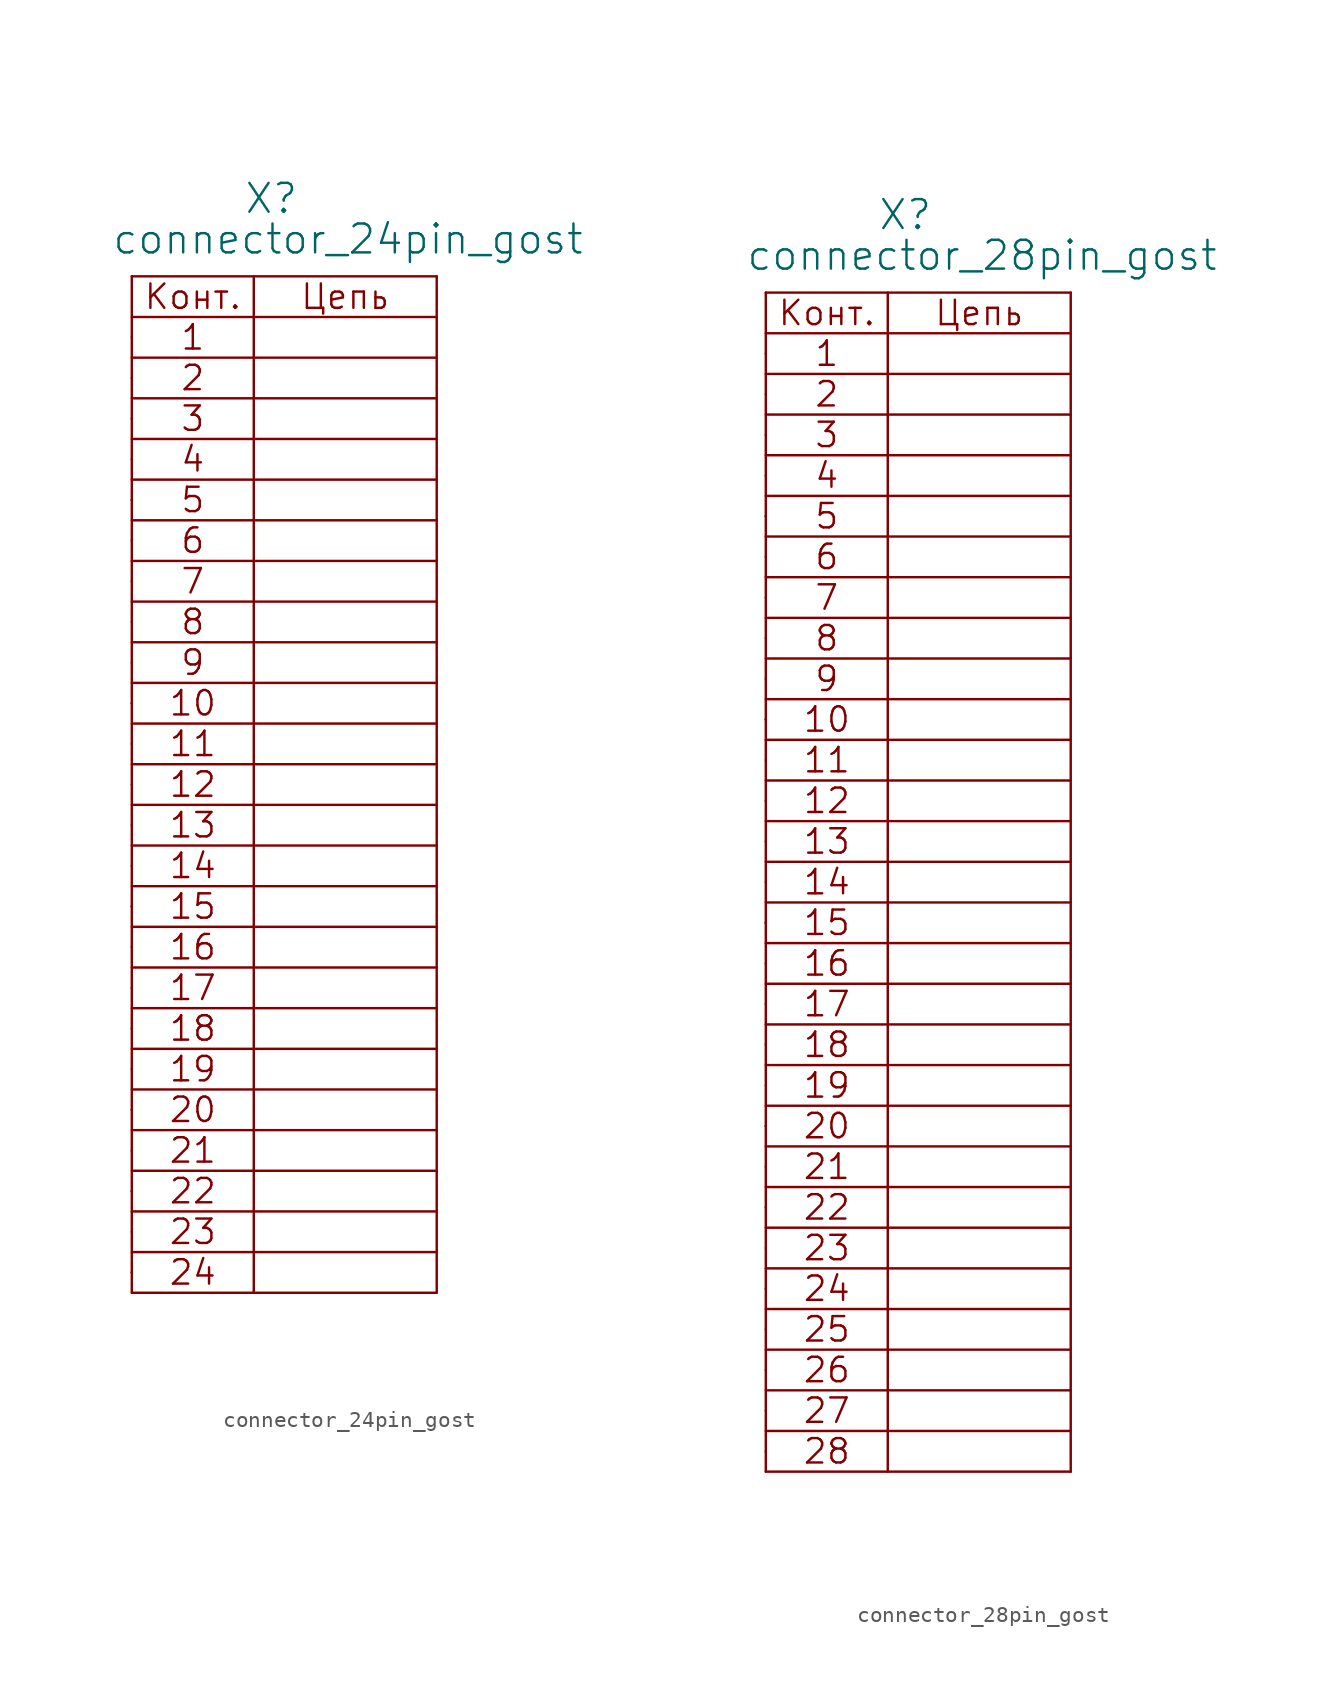
<source format=kicad_sym>
(kicad_symbol_lib
  (version 20211014)
  (generator kicad_symbol_editor)
  (symbol "connector_24pin_gost"
    (pin_numbers hide)
    (pin_names
      (offset 1.016) hide)
    (property "Reference" "X"
      (at 6.985 7.62 0)
      (effects (font (size 1.803 1.803)) (justify left bottom)))
    (property "Value" "connector_24pin_gost"
      (at -1.27 5.08 0)
      (effects (font (size 1.803 1.803)) (justify left bottom)))
    (property "Datasheet" ""
      (at 0 0 0)
      (effects (font (size 1.524 1.524))))
    (symbol "connector_24pin_gost_0_0"
      (polyline (pts (xy 0 -59.69) (xy 19.05 -59.69)) (stroke (width 0) (type default) (color 0 0 0 0)) (fill (type none)))
      (polyline (pts (xy 0 -58.42) (xy 0 -58.42)) (stroke (width 0) (type default) (color 0 0 0 0)) (fill (type none)))
      (polyline (pts (xy 0 -57.15) (xy 19.05 -57.15)) (stroke (width 0) (type default) (color 0 0 0 0)) (fill (type none)))
      (polyline (pts (xy 0 -54.61) (xy 19.05 -54.61)) (stroke (width 0) (type default) (color 0 0 0 0)) (fill (type none)))
      (polyline (pts (xy 0 -53.34) (xy 0 -53.34)) (stroke (width 0) (type default) (color 0 0 0 0)) (fill (type none)))
      (polyline (pts (xy 0 -52.07) (xy 19.05 -52.07)) (stroke (width 0) (type default) (color 0 0 0 0)) (fill (type none)))
      (polyline (pts (xy 0 -49.53) (xy 19.05 -49.53)) (stroke (width 0) (type default) (color 0 0 0 0)) (fill (type none)))
      (polyline (pts (xy 0 -48.26) (xy 0 -48.26)) (stroke (width 0) (type default) (color 0 0 0 0)) (fill (type none)))
      (polyline (pts (xy 0 -46.99) (xy 19.05 -46.99)) (stroke (width 0) (type default) (color 0 0 0 0)) (fill (type none)))
      (polyline (pts (xy 0 -44.45) (xy 19.05 -44.45)) (stroke (width 0) (type default) (color 0 0 0 0)) (fill (type none)))
      (polyline (pts (xy 0 -41.91) (xy 19.05 -41.91)) (stroke (width 0) (type default) (color 0 0 0 0)) (fill (type none)))
      (polyline (pts (xy 0 -36.83) (xy 19.05 -36.83)) (stroke (width 0) (type default) (color 0 0 0 0)) (fill (type none)))
      (polyline (pts (xy 0 -35.56) (xy 0 -35.56)) (stroke (width 0) (type default) (color 0 0 0 0)) (fill (type none)))
      (polyline (pts (xy 0 -34.29) (xy 19.05 -34.29)) (stroke (width 0) (type default) (color 0 0 0 0)) (fill (type none)))
      (polyline (pts (xy 0 -31.75) (xy 19.05 -31.75)) (stroke (width 0) (type default) (color 0 0 0 0)) (fill (type none)))
      (polyline (pts (xy 0 -29.21) (xy 19.05 -29.21)) (stroke (width 0) (type default) (color 0 0 0 0)) (fill (type none)))
      (polyline (pts (xy 0 -24.13) (xy 19.05 -24.13)) (stroke (width 0) (type default) (color 0 0 0 0)) (fill (type none)))
      (polyline (pts (xy 0 -22.86) (xy 0 -22.86)) (stroke (width 0) (type default) (color 0 0 0 0)) (fill (type none)))
      (polyline (pts (xy 0 -21.59) (xy 19.05 -21.59)) (stroke (width 0) (type default) (color 0 0 0 0)) (fill (type none)))
      (polyline (pts (xy 0 -19.05) (xy 19.05 -19.05)) (stroke (width 0) (type default) (color 0 0 0 0)) (fill (type none)))
      (polyline (pts (xy 0 -16.51) (xy 19.05 -16.51)) (stroke (width 0) (type default) (color 0 0 0 0)) (fill (type none)))
      (polyline (pts (xy 0 -11.43) (xy 19.05 -11.43)) (stroke (width 0) (type default) (color 0 0 0 0)) (fill (type none)))
      (polyline (pts (xy 0 -10.16) (xy 0 -10.16)) (stroke (width 0) (type default) (color 0 0 0 0)) (fill (type none)))
      (polyline (pts (xy 0 -8.89) (xy 19.05 -8.89)) (stroke (width 0) (type default) (color 0 0 0 0)) (fill (type none)))
      (polyline (pts (xy 0 -6.35) (xy 19.05 -6.35)) (stroke (width 0) (type default) (color 0 0 0 0)) (fill (type none)))
      (polyline (pts (xy 0 -3.81) (xy 19.05 -3.81)) (stroke (width 0) (type default) (color 0 0 0 0)) (fill (type none)))
      (polyline (pts (xy 0 1.27) (xy 19.05 1.27)) (stroke (width 0) (type default) (color 0 0 0 0)) (fill (type none)))
      (polyline (pts (xy 19.05 -39.37) (xy 0 -39.37)) (stroke (width 0) (type default) (color 0 0 0 0)) (fill (type none)))
      (polyline (pts (xy 19.05 -26.67) (xy 0 -26.67)) (stroke (width 0) (type default) (color 0 0 0 0)) (fill (type none)))
      (polyline (pts (xy 19.05 -13.97) (xy 0 -13.97)) (stroke (width 0) (type default) (color 0 0 0 0)) (fill (type none)))
      (polyline (pts (xy 19.05 -1.27) (xy 0 -1.27)) (stroke (width 0) (type default) (color 0 0 0 0)) (fill (type none)))
      (text "1" (at 3.81 0 0) (effects (font (size 1.524 1.524))))
      (text "10" (at 3.81 -22.86 0) (effects (font (size 1.524 1.524))))
      (text "11" (at 3.81 -25.4 0) (effects (font (size 1.524 1.524))))
      (text "12" (at 3.81 -27.94 0) (effects (font (size 1.524 1.524))))
      (text "13" (at 3.81 -30.48 0) (effects (font (size 1.524 1.524))))
      (text "14" (at 3.81 -33.02 0) (effects (font (size 1.524 1.524))))
      (text "15" (at 3.81 -35.56 0) (effects (font (size 1.524 1.524))))
      (text "16" (at 3.81 -38.1 0) (effects (font (size 1.524 1.524))))
      (text "17" (at 3.81 -40.64 0) (effects (font (size 1.524 1.524))))
      (text "18" (at 3.81 -43.18 0) (effects (font (size 1.524 1.524))))
      (text "19" (at 3.81 -45.72 0) (effects (font (size 1.524 1.524))))
      (text "2" (at 3.81 -2.54 0) (effects (font (size 1.524 1.524))))
      (text "20" (at 3.81 -48.26 0) (effects (font (size 1.524 1.524))))
      (text "21" (at 3.81 -50.8 0) (effects (font (size 1.524 1.524))))
      (text "22" (at 3.81 -53.34 0) (effects (font (size 1.524 1.524))))
      (text "23" (at 3.81 -55.88 0) (effects (font (size 1.524 1.524))))
      (text "24" (at 3.81 -58.42 0) (effects (font (size 1.524 1.524))))
      (text "3" (at 3.81 -5.08 0) (effects (font (size 1.524 1.524))))
      (text "4" (at 3.81 -7.62 0) (effects (font (size 1.524 1.524))))
      (text "5" (at 3.81 -10.16 0) (effects (font (size 1.524 1.524))))
      (text "6" (at 3.81 -12.7 0) (effects (font (size 1.524 1.524))))
      (text "7" (at 3.81 -15.24 0) (effects (font (size 1.524 1.524))))
      (text "8" (at 3.81 -17.78 0) (effects (font (size 1.524 1.524))))
      (text "9" (at 3.81 -20.32 0) (effects (font (size 1.524 1.524))))
      (text "Конт." (at 3.81 2.54 0) (effects (font (size 1.524 1.524))))
      (text "Цепь" (at 13.335 2.54 0) (effects (font (size 1.524 1.524)))))
    (symbol "connector_24pin_gost_0_1"
      (polyline (pts (xy 0 3.81) (xy 0 -59.69)) (stroke (width 0) (type default) (color 0 0 0 0)) (fill (type none)))
      (polyline (pts (xy 0 3.81) (xy 19.05 3.81)) (stroke (width 0) (type default) (color 0 0 0 0)) (fill (type none)))
      (polyline (pts (xy 7.62 3.81) (xy 7.62 -59.69)) (stroke (width 0) (type default) (color 0 0 0 0)) (fill (type none)))
      (polyline (pts (xy 19.05 -59.69) (xy 19.05 3.81)) (stroke (width 0) (type default) (color 0 0 0 0)) (fill (type none))))
    (symbol "connector_24pin_gost_1_1"
      (pin passive line (at 0 0 0) (length 0) (name "~" (effects (font (size 1.549 1.549)))) (number "1" (effects (font (size 1.549 1.549)))))
      (pin passive line (at 0 -22.86 0) (length 0) (name "~" (effects (font (size 1.549 1.549)))) (number "10" (effects (font (size 1.549 1.549)))))
      (pin passive line (at 0 -25.4 0) (length 0) (name "~" (effects (font (size 1.549 1.549)))) (number "11" (effects (font (size 1.549 1.549)))))
      (pin passive line (at 0 -27.94 0) (length 0) (name "~" (effects (font (size 1.549 1.549)))) (number "12" (effects (font (size 1.549 1.549)))))
      (pin passive line (at 0 -30.48 0) (length 0) (name "~" (effects (font (size 1.549 1.549)))) (number "13" (effects (font (size 1.549 1.549)))))
      (pin passive line (at 0 -33.02 0) (length 0) (name "~" (effects (font (size 1.549 1.549)))) (number "14" (effects (font (size 1.549 1.549)))))
      (pin passive line (at 0 -35.56 0) (length 0) (name "~" (effects (font (size 1.549 1.549)))) (number "15" (effects (font (size 1.549 1.549)))))
      (pin passive line (at 0 -38.1 0) (length 0) (name "~" (effects (font (size 1.549 1.549)))) (number "16" (effects (font (size 1.549 1.549)))))
      (pin passive line (at 0 -40.64 0) (length 0) (name "~" (effects (font (size 1.549 1.549)))) (number "17" (effects (font (size 1.549 1.549)))))
      (pin passive line (at 0 -43.18 0) (length 0) (name "~" (effects (font (size 1.549 1.549)))) (number "18" (effects (font (size 1.549 1.549)))))
      (pin passive line (at 0 -45.72 0) (length 0) (name "~" (effects (font (size 1.549 1.549)))) (number "19" (effects (font (size 1.549 1.549)))))
      (pin passive line (at 0 -2.54 0) (length 0) (name "~" (effects (font (size 1.549 1.549)))) (number "2" (effects (font (size 1.549 1.549)))))
      (pin passive line (at 0 -48.26 0) (length 0) (name "~" (effects (font (size 1.549 1.549)))) (number "20" (effects (font (size 1.549 1.549)))))
      (pin passive line (at 0 -55.88 0) (length 0) (name "~" (effects (font (size 1.549 1.549)))) (number "21" (effects (font (size 1.549 1.549)))))
      (pin passive line (at 0 -50.8 0) (length 0) (name "~" (effects (font (size 1.549 1.549)))) (number "21" (effects (font (size 1.549 1.549)))))
      (pin passive line (at 0 -58.42 0) (length 0) (name "~" (effects (font (size 1.549 1.549)))) (number "22" (effects (font (size 1.549 1.549)))))
      (pin passive line (at 0 -53.34 0) (length 0) (name "~" (effects (font (size 1.549 1.549)))) (number "22" (effects (font (size 1.549 1.549)))))
      (pin passive line (at 0 -5.08 0) (length 0) (name "~" (effects (font (size 1.549 1.549)))) (number "3" (effects (font (size 1.549 1.549)))))
      (pin passive line (at 0 -7.62 0) (length 0) (name "~" (effects (font (size 1.549 1.549)))) (number "4" (effects (font (size 1.549 1.549)))))
      (pin passive line (at 0 -10.16 0) (length 0) (name "~" (effects (font (size 1.549 1.549)))) (number "5" (effects (font (size 1.549 1.549)))))
      (pin passive line (at 0 -12.7 0) (length 0) (name "~" (effects (font (size 1.549 1.549)))) (number "6" (effects (font (size 1.549 1.549)))))
      (pin passive line (at 0 -15.24 0) (length 0) (name "~" (effects (font (size 1.549 1.549)))) (number "7" (effects (font (size 1.549 1.549)))))
      (pin passive line (at 0 -17.78 0) (length 0) (name "~" (effects (font (size 1.549 1.549)))) (number "8" (effects (font (size 1.549 1.549)))))
      (pin passive line (at 0 -20.32 0) (length 0) (name "~" (effects (font (size 1.549 1.549)))) (number "9" (effects (font (size 1.549 1.549)))))))
  (symbol "connector_28pin_gost"
    (pin_numbers hide)
    (pin_names
      (offset 1.016) hide)
    (property "Reference" "X"
      (at 6.985 7.62 0)
      (effects (font (size 1.803 1.803)) (justify left bottom)))
    (property "Value" "connector_28pin_gost"
      (at -1.27 5.08 0)
      (effects (font (size 1.803 1.803)) (justify left bottom)))
    (property "Datasheet" ""
      (at 0 0 0)
      (effects (font (size 1.524 1.524))))
    (symbol "connector_28pin_gost_0_0"
      (polyline (pts (xy 0 -69.85) (xy 19.05 -69.85)) (stroke (width 0) (type default) (color 0 0 0 0)) (fill (type none)))
      (polyline (pts (xy 0 -64.77) (xy 19.05 -64.77)) (stroke (width 0) (type default) (color 0 0 0 0)) (fill (type none)))
      (polyline (pts (xy 0 -62.23) (xy 19.05 -62.23)) (stroke (width 0) (type default) (color 0 0 0 0)) (fill (type none)))
      (polyline (pts (xy 0 -59.69) (xy 19.05 -59.69)) (stroke (width 0) (type default) (color 0 0 0 0)) (fill (type none)))
      (polyline (pts (xy 0 -57.15) (xy 19.05 -57.15)) (stroke (width 0) (type default) (color 0 0 0 0)) (fill (type none)))
      (polyline (pts (xy 0 -52.07) (xy 19.05 -52.07)) (stroke (width 0) (type default) (color 0 0 0 0)) (fill (type none)))
      (polyline (pts (xy 0 -49.53) (xy 19.05 -49.53)) (stroke (width 0) (type default) (color 0 0 0 0)) (fill (type none)))
      (polyline (pts (xy 0 -48.26) (xy 0 -48.26)) (stroke (width 0) (type default) (color 0 0 0 0)) (fill (type none)))
      (polyline (pts (xy 0 -46.99) (xy 19.05 -46.99)) (stroke (width 0) (type default) (color 0 0 0 0)) (fill (type none)))
      (polyline (pts (xy 0 -44.45) (xy 19.05 -44.45)) (stroke (width 0) (type default) (color 0 0 0 0)) (fill (type none)))
      (polyline (pts (xy 0 -41.91) (xy 19.05 -41.91)) (stroke (width 0) (type default) (color 0 0 0 0)) (fill (type none)))
      (polyline (pts (xy 0 -36.83) (xy 19.05 -36.83)) (stroke (width 0) (type default) (color 0 0 0 0)) (fill (type none)))
      (polyline (pts (xy 0 -35.56) (xy 0 -35.56)) (stroke (width 0) (type default) (color 0 0 0 0)) (fill (type none)))
      (polyline (pts (xy 0 -34.29) (xy 19.05 -34.29)) (stroke (width 0) (type default) (color 0 0 0 0)) (fill (type none)))
      (polyline (pts (xy 0 -31.75) (xy 19.05 -31.75)) (stroke (width 0) (type default) (color 0 0 0 0)) (fill (type none)))
      (polyline (pts (xy 0 -29.21) (xy 19.05 -29.21)) (stroke (width 0) (type default) (color 0 0 0 0)) (fill (type none)))
      (polyline (pts (xy 0 -24.13) (xy 19.05 -24.13)) (stroke (width 0) (type default) (color 0 0 0 0)) (fill (type none)))
      (polyline (pts (xy 0 -22.86) (xy 0 -22.86)) (stroke (width 0) (type default) (color 0 0 0 0)) (fill (type none)))
      (polyline (pts (xy 0 -21.59) (xy 19.05 -21.59)) (stroke (width 0) (type default) (color 0 0 0 0)) (fill (type none)))
      (polyline (pts (xy 0 -19.05) (xy 19.05 -19.05)) (stroke (width 0) (type default) (color 0 0 0 0)) (fill (type none)))
      (polyline (pts (xy 0 -16.51) (xy 19.05 -16.51)) (stroke (width 0) (type default) (color 0 0 0 0)) (fill (type none)))
      (polyline (pts (xy 0 -11.43) (xy 19.05 -11.43)) (stroke (width 0) (type default) (color 0 0 0 0)) (fill (type none)))
      (polyline (pts (xy 0 -10.16) (xy 0 -10.16)) (stroke (width 0) (type default) (color 0 0 0 0)) (fill (type none)))
      (polyline (pts (xy 0 -8.89) (xy 19.05 -8.89)) (stroke (width 0) (type default) (color 0 0 0 0)) (fill (type none)))
      (polyline (pts (xy 0 -6.35) (xy 19.05 -6.35)) (stroke (width 0) (type default) (color 0 0 0 0)) (fill (type none)))
      (polyline (pts (xy 0 -3.81) (xy 19.05 -3.81)) (stroke (width 0) (type default) (color 0 0 0 0)) (fill (type none)))
      (polyline (pts (xy 0 1.27) (xy 19.05 1.27)) (stroke (width 0) (type default) (color 0 0 0 0)) (fill (type none)))
      (polyline (pts (xy 19.05 -67.31) (xy 0 -67.31)) (stroke (width 0) (type default) (color 0 0 0 0)) (fill (type none)))
      (polyline (pts (xy 19.05 -54.61) (xy 0 -54.61)) (stroke (width 0) (type default) (color 0 0 0 0)) (fill (type none)))
      (polyline (pts (xy 19.05 -39.37) (xy 0 -39.37)) (stroke (width 0) (type default) (color 0 0 0 0)) (fill (type none)))
      (polyline (pts (xy 19.05 -26.67) (xy 0 -26.67)) (stroke (width 0) (type default) (color 0 0 0 0)) (fill (type none)))
      (polyline (pts (xy 19.05 -13.97) (xy 0 -13.97)) (stroke (width 0) (type default) (color 0 0 0 0)) (fill (type none)))
      (polyline (pts (xy 19.05 -1.27) (xy 0 -1.27)) (stroke (width 0) (type default) (color 0 0 0 0)) (fill (type none)))
      (text "1" (at 3.81 0 0) (effects (font (size 1.524 1.524))))
      (text "10" (at 3.81 -22.86 0) (effects (font (size 1.524 1.524))))
      (text "11" (at 3.81 -25.4 0) (effects (font (size 1.524 1.524))))
      (text "12" (at 3.81 -27.94 0) (effects (font (size 1.524 1.524))))
      (text "13" (at 3.81 -30.48 0) (effects (font (size 1.524 1.524))))
      (text "14" (at 3.81 -33.02 0) (effects (font (size 1.524 1.524))))
      (text "15" (at 3.81 -35.56 0) (effects (font (size 1.524 1.524))))
      (text "16" (at 3.81 -38.1 0) (effects (font (size 1.524 1.524))))
      (text "17" (at 3.81 -40.64 0) (effects (font (size 1.524 1.524))))
      (text "18" (at 3.81 -43.18 0) (effects (font (size 1.524 1.524))))
      (text "19" (at 3.81 -45.72 0) (effects (font (size 1.524 1.524))))
      (text "2" (at 3.81 -2.54 0) (effects (font (size 1.524 1.524))))
      (text "20" (at 3.81 -48.26 0) (effects (font (size 1.524 1.524))))
      (text "21" (at 3.81 -50.8 0) (effects (font (size 1.524 1.524))))
      (text "22" (at 3.81 -53.34 0) (effects (font (size 1.524 1.524))))
      (text "23" (at 3.81 -55.88 0) (effects (font (size 1.524 1.524))))
      (text "24" (at 3.81 -58.42 0) (effects (font (size 1.524 1.524))))
      (text "25" (at 3.81 -60.96 0) (effects (font (size 1.524 1.524))))
      (text "26" (at 3.81 -63.5 0) (effects (font (size 1.524 1.524))))
      (text "27" (at 3.81 -66.04 0) (effects (font (size 1.524 1.524))))
      (text "28" (at 3.81 -68.58 0) (effects (font (size 1.524 1.524))))
      (text "3" (at 3.81 -5.08 0) (effects (font (size 1.524 1.524))))
      (text "4" (at 3.81 -7.62 0) (effects (font (size 1.524 1.524))))
      (text "5" (at 3.81 -10.16 0) (effects (font (size 1.524 1.524))))
      (text "6" (at 3.81 -12.7 0) (effects (font (size 1.524 1.524))))
      (text "7" (at 3.81 -15.24 0) (effects (font (size 1.524 1.524))))
      (text "8" (at 3.81 -17.78 0) (effects (font (size 1.524 1.524))))
      (text "9" (at 3.81 -20.32 0) (effects (font (size 1.524 1.524))))
      (text "Конт." (at 3.81 2.54 0) (effects (font (size 1.524 1.524))))
      (text "Цепь" (at 13.335 2.54 0) (effects (font (size 1.524 1.524)))))
    (symbol "connector_28pin_gost_0_1"
      (polyline (pts (xy 0 -69.85) (xy 0 3.81)) (stroke (width 0) (type default) (color 0 0 0 0)) (fill (type none)))
      (polyline (pts (xy 0 3.81) (xy 19.05 3.81)) (stroke (width 0) (type default) (color 0 0 0 0)) (fill (type none)))
      (polyline (pts (xy 7.62 -69.85) (xy 7.62 3.81)) (stroke (width 0) (type default) (color 0 0 0 0)) (fill (type none)))
      (polyline (pts (xy 19.05 -69.85) (xy 19.05 3.81)) (stroke (width 0) (type default) (color 0 0 0 0)) (fill (type none))))
    (symbol "connector_28pin_gost_1_1"
      (pin passive line (at 0 0 0) (length 0) (name "~" (effects (font (size 1.549 1.549)))) (number "1" (effects (font (size 1.549 1.549)))))
      (pin passive line (at 0 -22.86 0) (length 0) (name "~" (effects (font (size 1.549 1.549)))) (number "10" (effects (font (size 1.549 1.549)))))
      (pin passive line (at 0 -25.4 0) (length 0) (name "~" (effects (font (size 1.549 1.549)))) (number "11" (effects (font (size 1.549 1.549)))))
      (pin passive line (at 0 -27.94 0) (length 0) (name "~" (effects (font (size 1.549 1.549)))) (number "12" (effects (font (size 1.549 1.549)))))
      (pin passive line (at 0 -30.48 0) (length 0) (name "~" (effects (font (size 1.549 1.549)))) (number "13" (effects (font (size 1.549 1.549)))))
      (pin passive line (at 0 -33.02 0) (length 0) (name "~" (effects (font (size 1.549 1.549)))) (number "14" (effects (font (size 1.549 1.549)))))
      (pin passive line (at 0 -35.56 0) (length 0) (name "~" (effects (font (size 1.549 1.549)))) (number "15" (effects (font (size 1.549 1.549)))))
      (pin passive line (at 0 -38.1 0) (length 0) (name "~" (effects (font (size 1.549 1.549)))) (number "16" (effects (font (size 1.549 1.549)))))
      (pin passive line (at 0 -40.64 0) (length 0) (name "~" (effects (font (size 1.549 1.549)))) (number "17" (effects (font (size 1.549 1.549)))))
      (pin passive line (at 0 -43.18 0) (length 0) (name "~" (effects (font (size 1.549 1.549)))) (number "18" (effects (font (size 1.549 1.549)))))
      (pin passive line (at 0 -45.72 0) (length 0) (name "~" (effects (font (size 1.549 1.549)))) (number "19" (effects (font (size 1.549 1.549)))))
      (pin passive line (at 0 -2.54 0) (length 0) (name "~" (effects (font (size 1.549 1.549)))) (number "2" (effects (font (size 1.549 1.549)))))
      (pin passive line (at 0 -48.26 0) (length 0) (name "~" (effects (font (size 1.549 1.549)))) (number "20" (effects (font (size 1.549 1.549)))))
      (pin passive line (at 0 -50.8 0) (length 0) (name "~" (effects (font (size 1.549 1.549)))) (number "21" (effects (font (size 1.549 1.549)))))
      (pin passive line (at 0 -53.34 0) (length 0) (name "~" (effects (font (size 1.549 1.549)))) (number "22" (effects (font (size 1.549 1.549)))))
      (pin passive line (at 0 -55.88 0) (length 0) (name "~" (effects (font (size 1.549 1.549)))) (number "23" (effects (font (size 1.549 1.549)))))
      (pin passive line (at 0 -58.42 0) (length 0) (name "~" (effects (font (size 1.549 1.549)))) (number "24" (effects (font (size 1.549 1.549)))))
      (pin passive line (at 0 -60.96 0) (length 0) (name "~" (effects (font (size 1.549 1.549)))) (number "25" (effects (font (size 1.549 1.549)))))
      (pin passive line (at 0 -63.5 0) (length 0) (name "~" (effects (font (size 1.549 1.549)))) (number "26" (effects (font (size 1.549 1.549)))))
      (pin passive line (at 0 -66.04 0) (length 0) (name "~" (effects (font (size 1.549 1.549)))) (number "27" (effects (font (size 1.549 1.549)))))
      (pin passive line (at 0 -68.58 0) (length 0) (name "~" (effects (font (size 1.549 1.549)))) (number "28" (effects (font (size 1.549 1.549)))))
      (pin passive line (at 0 -5.08 0) (length 0) (name "~" (effects (font (size 1.549 1.549)))) (number "3" (effects (font (size 1.549 1.549)))))
      (pin passive line (at 0 -7.62 0) (length 0) (name "~" (effects (font (size 1.549 1.549)))) (number "4" (effects (font (size 1.549 1.549)))))
      (pin passive line (at 0 -10.16 0) (length 0) (name "~" (effects (font (size 1.549 1.549)))) (number "5" (effects (font (size 1.549 1.549)))))
      (pin passive line (at 0 -12.7 0) (length 0) (name "~" (effects (font (size 1.549 1.549)))) (number "6" (effects (font (size 1.549 1.549)))))
      (pin passive line (at 0 -15.24 0) (length 0) (name "~" (effects (font (size 1.549 1.549)))) (number "7" (effects (font (size 1.549 1.549)))))
      (pin passive line (at 0 -17.78 0) (length 0) (name "~" (effects (font (size 1.549 1.549)))) (number "8" (effects (font (size 1.549 1.549)))))
      (pin passive line (at 0 -20.32 0) (length 0) (name "~" (effects (font (size 1.549 1.549)))) (number "9" (effects (font (size 1.549 1.549))))))))
</source>
